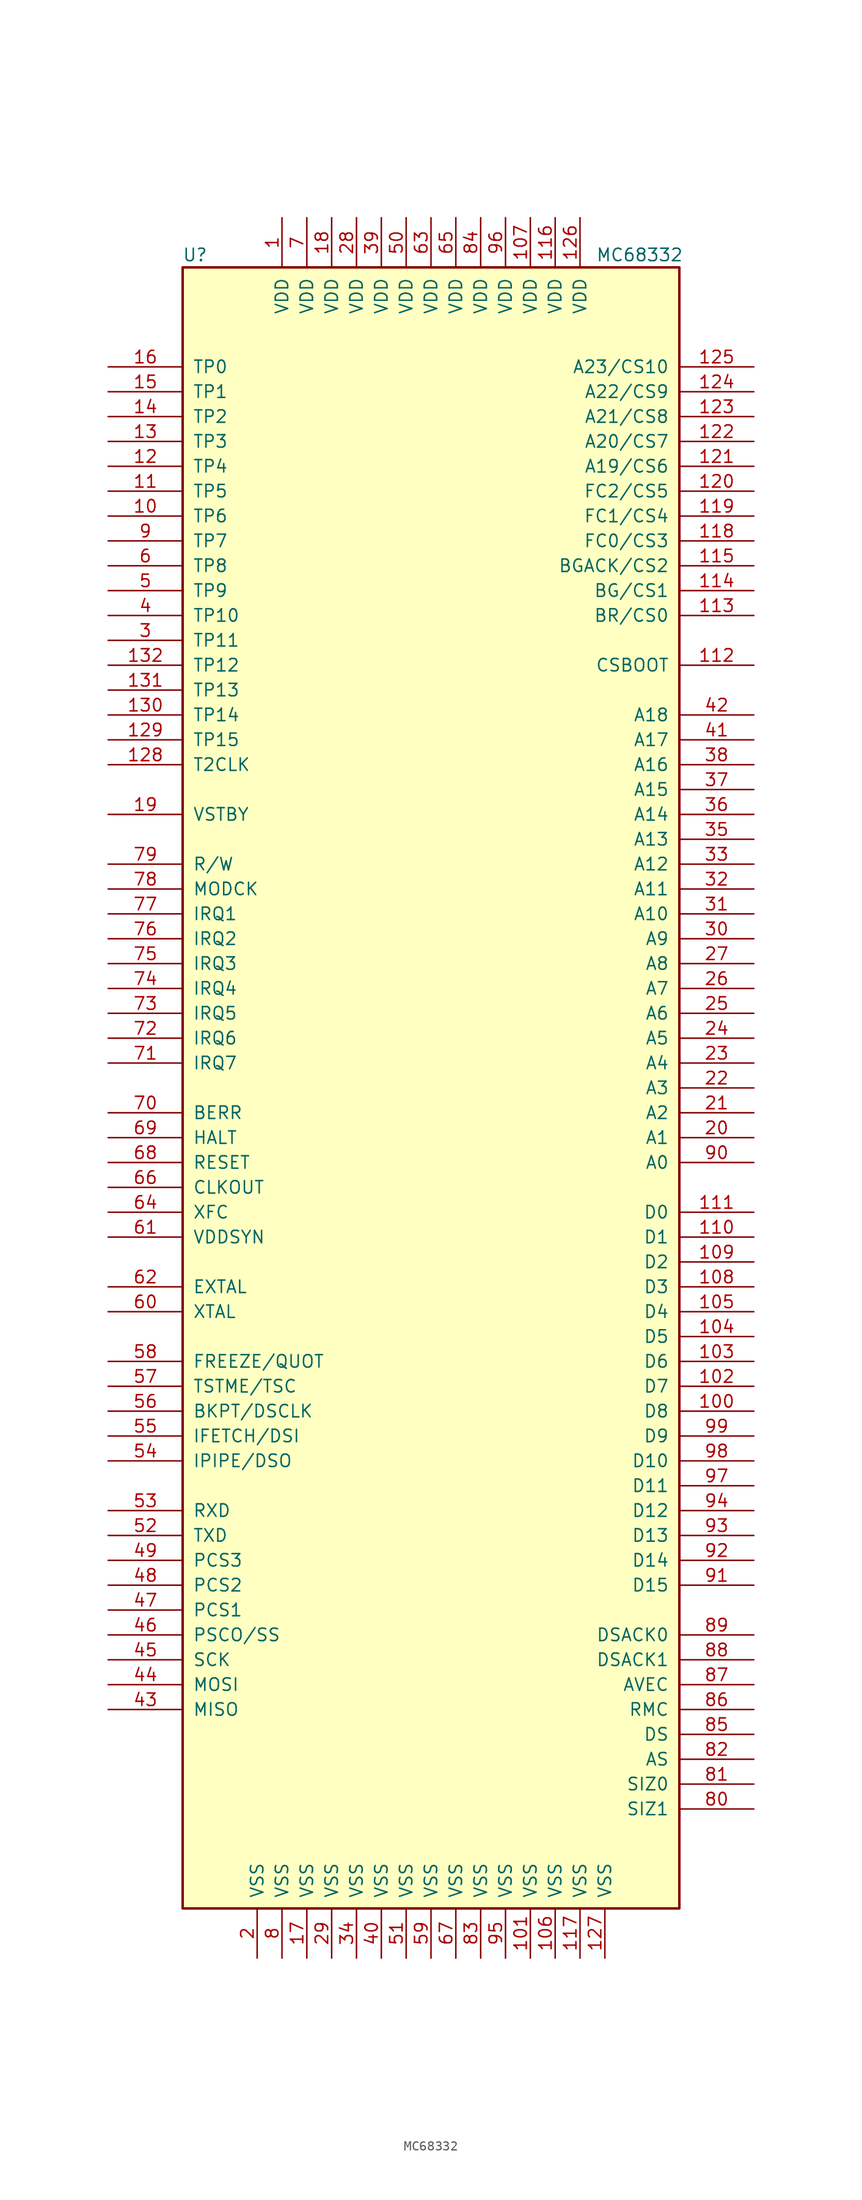
<source format=kicad_sym>
(kicad_symbol_lib
  (version 20211014)
  (generator kicad_symbol_editor)
  (symbol "MC68332"
    (pin_names
      (offset 1.016))
    (property "Reference" "U"
      (at -24.13 85.09 0)
      (effects (font (size 1.27 1.27))))
    (property "Value" "MC68332"
      (at 21.336 85.09 0)
      (effects (font (size 1.27 1.27))))
    (symbol "MC68332_0_1"
      (rectangle (start -25.4 -83.82) (end 25.4 83.82) (stroke (width 0.254) (type default) (color 0 0 0 0)) (fill (type background))))
    (symbol "MC68332_1_0"
      (pin power_in line (at -17.78 -88.9 90) (length 5.08) (name "VSS" (effects (font (size 1.27 1.27)))) (number "2" (effects (font (size 1.27 1.27))))))
    (symbol "MC68332_1_1"
      (pin power_in line (at -15.24 88.9 270) (length 5.08) (name "VDD" (effects (font (size 1.27 1.27)))) (number "1" (effects (font (size 1.27 1.27)))))
      (pin input line (at -33.02 58.42 0) (length 7.62) (name "TP6" (effects (font (size 1.27 1.27)))) (number "10" (effects (font (size 1.27 1.27)))))
      (pin input line (at 33.02 -33.02 180) (length 7.62) (name "D8" (effects (font (size 1.27 1.27)))) (number "100" (effects (font (size 1.27 1.27)))))
      (pin power_in line (at 10.16 -88.9 90) (length 5.08) (name "VSS" (effects (font (size 1.27 1.27)))) (number "101" (effects (font (size 1.27 1.27)))))
      (pin input line (at 33.02 -30.48 180) (length 7.62) (name "D7" (effects (font (size 1.27 1.27)))) (number "102" (effects (font (size 1.27 1.27)))))
      (pin input line (at 33.02 -27.94 180) (length 7.62) (name "D6" (effects (font (size 1.27 1.27)))) (number "103" (effects (font (size 1.27 1.27)))))
      (pin input line (at 33.02 -25.4 180) (length 7.62) (name "D5" (effects (font (size 1.27 1.27)))) (number "104" (effects (font (size 1.27 1.27)))))
      (pin input line (at 33.02 -22.86 180) (length 7.62) (name "D4" (effects (font (size 1.27 1.27)))) (number "105" (effects (font (size 1.27 1.27)))))
      (pin power_in line (at 12.7 -88.9 90) (length 5.08) (name "VSS" (effects (font (size 1.27 1.27)))) (number "106" (effects (font (size 1.27 1.27)))))
      (pin power_in line (at 10.16 88.9 270) (length 5.08) (name "VDD" (effects (font (size 1.27 1.27)))) (number "107" (effects (font (size 1.27 1.27)))))
      (pin input line (at 33.02 -20.32 180) (length 7.62) (name "D3" (effects (font (size 1.27 1.27)))) (number "108" (effects (font (size 1.27 1.27)))))
      (pin input line (at 33.02 -17.78 180) (length 7.62) (name "D2" (effects (font (size 1.27 1.27)))) (number "109" (effects (font (size 1.27 1.27)))))
      (pin input line (at -33.02 60.96 0) (length 7.62) (name "TP5" (effects (font (size 1.27 1.27)))) (number "11" (effects (font (size 1.27 1.27)))))
      (pin input line (at 33.02 -15.24 180) (length 7.62) (name "D1" (effects (font (size 1.27 1.27)))) (number "110" (effects (font (size 1.27 1.27)))))
      (pin input line (at 33.02 -12.7 180) (length 7.62) (name "D0" (effects (font (size 1.27 1.27)))) (number "111" (effects (font (size 1.27 1.27)))))
      (pin output line (at 33.02 43.18 180) (length 7.62) (name "CSBOOT" (effects (font (size 1.27 1.27)))) (number "112" (effects (font (size 1.27 1.27)))))
      (pin input line (at 33.02 48.26 180) (length 7.62) (name "BR/CS0" (effects (font (size 1.27 1.27)))) (number "113" (effects (font (size 1.27 1.27)))))
      (pin output line (at 33.02 50.8 180) (length 7.62) (name "BG/CS1" (effects (font (size 1.27 1.27)))) (number "114" (effects (font (size 1.27 1.27)))))
      (pin input line (at 33.02 53.34 180) (length 7.62) (name "BGACK/CS2" (effects (font (size 1.27 1.27)))) (number "115" (effects (font (size 1.27 1.27)))))
      (pin power_in line (at 12.7 88.9 270) (length 5.08) (name "VDD" (effects (font (size 1.27 1.27)))) (number "116" (effects (font (size 1.27 1.27)))))
      (pin power_in line (at 15.24 -88.9 90) (length 5.08) (name "VSS" (effects (font (size 1.27 1.27)))) (number "117" (effects (font (size 1.27 1.27)))))
      (pin output line (at 33.02 55.88 180) (length 7.62) (name "FC0/CS3" (effects (font (size 1.27 1.27)))) (number "118" (effects (font (size 1.27 1.27)))))
      (pin output line (at 33.02 58.42 180) (length 7.62) (name "FC1/CS4" (effects (font (size 1.27 1.27)))) (number "119" (effects (font (size 1.27 1.27)))))
      (pin input line (at -33.02 63.5 0) (length 7.62) (name "TP4" (effects (font (size 1.27 1.27)))) (number "12" (effects (font (size 1.27 1.27)))))
      (pin output line (at 33.02 60.96 180) (length 7.62) (name "FC2/CS5" (effects (font (size 1.27 1.27)))) (number "120" (effects (font (size 1.27 1.27)))))
      (pin output line (at 33.02 63.5 180) (length 7.62) (name "A19/CS6" (effects (font (size 1.27 1.27)))) (number "121" (effects (font (size 1.27 1.27)))))
      (pin output line (at 33.02 66.04 180) (length 7.62) (name "A20/CS7" (effects (font (size 1.27 1.27)))) (number "122" (effects (font (size 1.27 1.27)))))
      (pin output line (at 33.02 68.58 180) (length 7.62) (name "A21/CS8" (effects (font (size 1.27 1.27)))) (number "123" (effects (font (size 1.27 1.27)))))
      (pin output line (at 33.02 71.12 180) (length 7.62) (name "A22/CS9" (effects (font (size 1.27 1.27)))) (number "124" (effects (font (size 1.27 1.27)))))
      (pin output line (at 33.02 73.66 180) (length 7.62) (name "A23/CS10" (effects (font (size 1.27 1.27)))) (number "125" (effects (font (size 1.27 1.27)))))
      (pin power_in line (at 15.24 88.9 270) (length 5.08) (name "VDD" (effects (font (size 1.27 1.27)))) (number "126" (effects (font (size 1.27 1.27)))))
      (pin power_in line (at 17.78 -88.9 90) (length 5.08) (name "VSS" (effects (font (size 1.27 1.27)))) (number "127" (effects (font (size 1.27 1.27)))))
      (pin input line (at -33.02 33.02 0) (length 7.62) (name "T2CLK" (effects (font (size 1.27 1.27)))) (number "128" (effects (font (size 1.27 1.27)))))
      (pin input line (at -33.02 35.56 0) (length 7.62) (name "TP15" (effects (font (size 1.27 1.27)))) (number "129" (effects (font (size 1.27 1.27)))))
      (pin input line (at -33.02 66.04 0) (length 7.62) (name "TP3" (effects (font (size 1.27 1.27)))) (number "13" (effects (font (size 1.27 1.27)))))
      (pin input line (at -33.02 38.1 0) (length 7.62) (name "TP14" (effects (font (size 1.27 1.27)))) (number "130" (effects (font (size 1.27 1.27)))))
      (pin input line (at -33.02 40.64 0) (length 7.62) (name "TP13" (effects (font (size 1.27 1.27)))) (number "131" (effects (font (size 1.27 1.27)))))
      (pin input line (at -33.02 43.18 0) (length 7.62) (name "TP12" (effects (font (size 1.27 1.27)))) (number "132" (effects (font (size 1.27 1.27)))))
      (pin input line (at -33.02 68.58 0) (length 7.62) (name "TP2" (effects (font (size 1.27 1.27)))) (number "14" (effects (font (size 1.27 1.27)))))
      (pin input line (at -33.02 71.12 0) (length 7.62) (name "TP1" (effects (font (size 1.27 1.27)))) (number "15" (effects (font (size 1.27 1.27)))))
      (pin input line (at -33.02 73.66 0) (length 7.62) (name "TP0" (effects (font (size 1.27 1.27)))) (number "16" (effects (font (size 1.27 1.27)))))
      (pin power_in line (at -12.7 -88.9 90) (length 5.08) (name "VSS" (effects (font (size 1.27 1.27)))) (number "17" (effects (font (size 1.27 1.27)))))
      (pin power_in line (at -10.16 88.9 270) (length 5.08) (name "VDD" (effects (font (size 1.27 1.27)))) (number "18" (effects (font (size 1.27 1.27)))))
      (pin input line (at -33.02 27.94 0) (length 7.62) (name "VSTBY" (effects (font (size 1.27 1.27)))) (number "19" (effects (font (size 1.27 1.27)))))
      (pin output line (at 33.02 -5.08 180) (length 7.62) (name "A1" (effects (font (size 1.27 1.27)))) (number "20" (effects (font (size 1.27 1.27)))))
      (pin output line (at 33.02 -2.54 180) (length 7.62) (name "A2" (effects (font (size 1.27 1.27)))) (number "21" (effects (font (size 1.27 1.27)))))
      (pin output line (at 33.02 0 180) (length 7.62) (name "A3" (effects (font (size 1.27 1.27)))) (number "22" (effects (font (size 1.27 1.27)))))
      (pin output line (at 33.02 2.54 180) (length 7.62) (name "A4" (effects (font (size 1.27 1.27)))) (number "23" (effects (font (size 1.27 1.27)))))
      (pin output line (at 33.02 5.08 180) (length 7.62) (name "A5" (effects (font (size 1.27 1.27)))) (number "24" (effects (font (size 1.27 1.27)))))
      (pin output line (at 33.02 7.62 180) (length 7.62) (name "A6" (effects (font (size 1.27 1.27)))) (number "25" (effects (font (size 1.27 1.27)))))
      (pin output line (at 33.02 10.16 180) (length 7.62) (name "A7" (effects (font (size 1.27 1.27)))) (number "26" (effects (font (size 1.27 1.27)))))
      (pin output line (at 33.02 12.7 180) (length 7.62) (name "A8" (effects (font (size 1.27 1.27)))) (number "27" (effects (font (size 1.27 1.27)))))
      (pin power_in line (at -7.62 88.9 270) (length 5.08) (name "VDD" (effects (font (size 1.27 1.27)))) (number "28" (effects (font (size 1.27 1.27)))))
      (pin power_in line (at -10.16 -88.9 90) (length 5.08) (name "VSS" (effects (font (size 1.27 1.27)))) (number "29" (effects (font (size 1.27 1.27)))))
      (pin input line (at -33.02 45.72 0) (length 7.62) (name "TP11" (effects (font (size 1.27 1.27)))) (number "3" (effects (font (size 1.27 1.27)))))
      (pin output line (at 33.02 15.24 180) (length 7.62) (name "A9" (effects (font (size 1.27 1.27)))) (number "30" (effects (font (size 1.27 1.27)))))
      (pin output line (at 33.02 17.78 180) (length 7.62) (name "A10" (effects (font (size 1.27 1.27)))) (number "31" (effects (font (size 1.27 1.27)))))
      (pin output line (at 33.02 20.32 180) (length 7.62) (name "A11" (effects (font (size 1.27 1.27)))) (number "32" (effects (font (size 1.27 1.27)))))
      (pin output line (at 33.02 22.86 180) (length 7.62) (name "A12" (effects (font (size 1.27 1.27)))) (number "33" (effects (font (size 1.27 1.27)))))
      (pin power_in line (at -7.62 -88.9 90) (length 5.08) (name "VSS" (effects (font (size 1.27 1.27)))) (number "34" (effects (font (size 1.27 1.27)))))
      (pin output line (at 33.02 25.4 180) (length 7.62) (name "A13" (effects (font (size 1.27 1.27)))) (number "35" (effects (font (size 1.27 1.27)))))
      (pin output line (at 33.02 27.94 180) (length 7.62) (name "A14" (effects (font (size 1.27 1.27)))) (number "36" (effects (font (size 1.27 1.27)))))
      (pin output line (at 33.02 30.48 180) (length 7.62) (name "A15" (effects (font (size 1.27 1.27)))) (number "37" (effects (font (size 1.27 1.27)))))
      (pin output line (at 33.02 33.02 180) (length 7.62) (name "A16" (effects (font (size 1.27 1.27)))) (number "38" (effects (font (size 1.27 1.27)))))
      (pin power_in line (at -5.08 88.9 270) (length 5.08) (name "VDD" (effects (font (size 1.27 1.27)))) (number "39" (effects (font (size 1.27 1.27)))))
      (pin input line (at -33.02 48.26 0) (length 7.62) (name "TP10" (effects (font (size 1.27 1.27)))) (number "4" (effects (font (size 1.27 1.27)))))
      (pin power_in line (at -5.08 -88.9 90) (length 5.08) (name "VSS" (effects (font (size 1.27 1.27)))) (number "40" (effects (font (size 1.27 1.27)))))
      (pin output line (at 33.02 35.56 180) (length 7.62) (name "A17" (effects (font (size 1.27 1.27)))) (number "41" (effects (font (size 1.27 1.27)))))
      (pin output line (at 33.02 38.1 180) (length 7.62) (name "A18" (effects (font (size 1.27 1.27)))) (number "42" (effects (font (size 1.27 1.27)))))
      (pin input line (at -33.02 -63.5 0) (length 7.62) (name "MISO" (effects (font (size 1.27 1.27)))) (number "43" (effects (font (size 1.27 1.27)))))
      (pin input line (at -33.02 -60.96 0) (length 7.62) (name "MOSI" (effects (font (size 1.27 1.27)))) (number "44" (effects (font (size 1.27 1.27)))))
      (pin input line (at -33.02 -58.42 0) (length 7.62) (name "SCK" (effects (font (size 1.27 1.27)))) (number "45" (effects (font (size 1.27 1.27)))))
      (pin input line (at -33.02 -55.88 0) (length 7.62) (name "PSCO/SS" (effects (font (size 1.27 1.27)))) (number "46" (effects (font (size 1.27 1.27)))))
      (pin input line (at -33.02 -53.34 0) (length 7.62) (name "PCS1" (effects (font (size 1.27 1.27)))) (number "47" (effects (font (size 1.27 1.27)))))
      (pin input line (at -33.02 -50.8 0) (length 7.62) (name "PCS2" (effects (font (size 1.27 1.27)))) (number "48" (effects (font (size 1.27 1.27)))))
      (pin input line (at -33.02 -48.26 0) (length 7.62) (name "PCS3" (effects (font (size 1.27 1.27)))) (number "49" (effects (font (size 1.27 1.27)))))
      (pin input line (at -33.02 50.8 0) (length 7.62) (name "TP9" (effects (font (size 1.27 1.27)))) (number "5" (effects (font (size 1.27 1.27)))))
      (pin power_in line (at -2.54 88.9 270) (length 5.08) (name "VDD" (effects (font (size 1.27 1.27)))) (number "50" (effects (font (size 1.27 1.27)))))
      (pin power_in line (at -2.54 -88.9 90) (length 5.08) (name "VSS" (effects (font (size 1.27 1.27)))) (number "51" (effects (font (size 1.27 1.27)))))
      (pin input line (at -33.02 -45.72 0) (length 7.62) (name "TXD" (effects (font (size 1.27 1.27)))) (number "52" (effects (font (size 1.27 1.27)))))
      (pin input line (at -33.02 -43.18 0) (length 7.62) (name "RXD" (effects (font (size 1.27 1.27)))) (number "53" (effects (font (size 1.27 1.27)))))
      (pin output line (at -33.02 -38.1 0) (length 7.62) (name "IPIPE/DSO" (effects (font (size 1.27 1.27)))) (number "54" (effects (font (size 1.27 1.27)))))
      (pin input line (at -33.02 -35.56 0) (length 7.62) (name "IFETCH/DSI" (effects (font (size 1.27 1.27)))) (number "55" (effects (font (size 1.27 1.27)))))
      (pin input line (at -33.02 -33.02 0) (length 7.62) (name "BKPT/DSCLK" (effects (font (size 1.27 1.27)))) (number "56" (effects (font (size 1.27 1.27)))))
      (pin input line (at -33.02 -30.48 0) (length 7.62) (name "TSTME/TSC" (effects (font (size 1.27 1.27)))) (number "57" (effects (font (size 1.27 1.27)))))
      (pin output line (at -33.02 -27.94 0) (length 7.62) (name "FREEZE/QUOT" (effects (font (size 1.27 1.27)))) (number "58" (effects (font (size 1.27 1.27)))))
      (pin power_in line (at 0 -88.9 90) (length 5.08) (name "VSS" (effects (font (size 1.27 1.27)))) (number "59" (effects (font (size 1.27 1.27)))))
      (pin input line (at -33.02 53.34 0) (length 7.62) (name "TP8" (effects (font (size 1.27 1.27)))) (number "6" (effects (font (size 1.27 1.27)))))
      (pin output line (at -33.02 -22.86 0) (length 7.62) (name "XTAL" (effects (font (size 1.27 1.27)))) (number "60" (effects (font (size 1.27 1.27)))))
      (pin input line (at -33.02 -15.24 0) (length 7.62) (name "VDDSYN" (effects (font (size 1.27 1.27)))) (number "61" (effects (font (size 1.27 1.27)))))
      (pin input line (at -33.02 -20.32 0) (length 7.62) (name "EXTAL" (effects (font (size 1.27 1.27)))) (number "62" (effects (font (size 1.27 1.27)))))
      (pin power_in line (at 0 88.9 270) (length 5.08) (name "VDD" (effects (font (size 1.27 1.27)))) (number "63" (effects (font (size 1.27 1.27)))))
      (pin input line (at -33.02 -12.7 0) (length 7.62) (name "XFC" (effects (font (size 1.27 1.27)))) (number "64" (effects (font (size 1.27 1.27)))))
      (pin power_in line (at 2.54 88.9 270) (length 5.08) (name "VDD" (effects (font (size 1.27 1.27)))) (number "65" (effects (font (size 1.27 1.27)))))
      (pin output line (at -33.02 -10.16 0) (length 7.62) (name "CLKOUT" (effects (font (size 1.27 1.27)))) (number "66" (effects (font (size 1.27 1.27)))))
      (pin power_in line (at 2.54 -88.9 90) (length 5.08) (name "VSS" (effects (font (size 1.27 1.27)))) (number "67" (effects (font (size 1.27 1.27)))))
      (pin input line (at -33.02 -7.62 0) (length 7.62) (name "RESET" (effects (font (size 1.27 1.27)))) (number "68" (effects (font (size 1.27 1.27)))))
      (pin input line (at -33.02 -5.08 0) (length 7.62) (name "HALT" (effects (font (size 1.27 1.27)))) (number "69" (effects (font (size 1.27 1.27)))))
      (pin power_in line (at -12.7 88.9 270) (length 5.08) (name "VDD" (effects (font (size 1.27 1.27)))) (number "7" (effects (font (size 1.27 1.27)))))
      (pin input line (at -33.02 -2.54 0) (length 7.62) (name "BERR" (effects (font (size 1.27 1.27)))) (number "70" (effects (font (size 1.27 1.27)))))
      (pin input line (at -33.02 2.54 0) (length 7.62) (name "IRQ7" (effects (font (size 1.27 1.27)))) (number "71" (effects (font (size 1.27 1.27)))))
      (pin input line (at -33.02 5.08 0) (length 7.62) (name "IRQ6" (effects (font (size 1.27 1.27)))) (number "72" (effects (font (size 1.27 1.27)))))
      (pin input line (at -33.02 7.62 0) (length 7.62) (name "IRQ5" (effects (font (size 1.27 1.27)))) (number "73" (effects (font (size 1.27 1.27)))))
      (pin input line (at -33.02 10.16 0) (length 7.62) (name "IRQ4" (effects (font (size 1.27 1.27)))) (number "74" (effects (font (size 1.27 1.27)))))
      (pin input line (at -33.02 12.7 0) (length 7.62) (name "IRQ3" (effects (font (size 1.27 1.27)))) (number "75" (effects (font (size 1.27 1.27)))))
      (pin input line (at -33.02 15.24 0) (length 7.62) (name "IRQ2" (effects (font (size 1.27 1.27)))) (number "76" (effects (font (size 1.27 1.27)))))
      (pin input line (at -33.02 17.78 0) (length 7.62) (name "IRQ1" (effects (font (size 1.27 1.27)))) (number "77" (effects (font (size 1.27 1.27)))))
      (pin input line (at -33.02 20.32 0) (length 7.62) (name "MODCK" (effects (font (size 1.27 1.27)))) (number "78" (effects (font (size 1.27 1.27)))))
      (pin input line (at -33.02 22.86 0) (length 7.62) (name "R/W" (effects (font (size 1.27 1.27)))) (number "79" (effects (font (size 1.27 1.27)))))
      (pin power_in line (at -15.24 -88.9 90) (length 5.08) (name "VSS" (effects (font (size 1.27 1.27)))) (number "8" (effects (font (size 1.27 1.27)))))
      (pin input line (at 33.02 -73.66 180) (length 7.62) (name "SIZ1" (effects (font (size 1.27 1.27)))) (number "80" (effects (font (size 1.27 1.27)))))
      (pin input line (at 33.02 -71.12 180) (length 7.62) (name "SIZ0" (effects (font (size 1.27 1.27)))) (number "81" (effects (font (size 1.27 1.27)))))
      (pin input line (at 33.02 -68.58 180) (length 7.62) (name "AS" (effects (font (size 1.27 1.27)))) (number "82" (effects (font (size 1.27 1.27)))))
      (pin power_in line (at 5.08 -88.9 90) (length 5.08) (name "VSS" (effects (font (size 1.27 1.27)))) (number "83" (effects (font (size 1.27 1.27)))))
      (pin power_in line (at 5.08 88.9 270) (length 5.08) (name "VDD" (effects (font (size 1.27 1.27)))) (number "84" (effects (font (size 1.27 1.27)))))
      (pin input line (at 33.02 -66.04 180) (length 7.62) (name "DS" (effects (font (size 1.27 1.27)))) (number "85" (effects (font (size 1.27 1.27)))))
      (pin input line (at 33.02 -63.5 180) (length 7.62) (name "RMC" (effects (font (size 1.27 1.27)))) (number "86" (effects (font (size 1.27 1.27)))))
      (pin input line (at 33.02 -60.96 180) (length 7.62) (name "AVEC" (effects (font (size 1.27 1.27)))) (number "87" (effects (font (size 1.27 1.27)))))
      (pin input line (at 33.02 -58.42 180) (length 7.62) (name "DSACK1" (effects (font (size 1.27 1.27)))) (number "88" (effects (font (size 1.27 1.27)))))
      (pin input line (at 33.02 -55.88 180) (length 7.62) (name "DSACK0" (effects (font (size 1.27 1.27)))) (number "89" (effects (font (size 1.27 1.27)))))
      (pin input line (at -33.02 55.88 0) (length 7.62) (name "TP7" (effects (font (size 1.27 1.27)))) (number "9" (effects (font (size 1.27 1.27)))))
      (pin output line (at 33.02 -7.62 180) (length 7.62) (name "A0" (effects (font (size 1.27 1.27)))) (number "90" (effects (font (size 1.27 1.27)))))
      (pin input line (at 33.02 -50.8 180) (length 7.62) (name "D15" (effects (font (size 1.27 1.27)))) (number "91" (effects (font (size 1.27 1.27)))))
      (pin input line (at 33.02 -48.26 180) (length 7.62) (name "D14" (effects (font (size 1.27 1.27)))) (number "92" (effects (font (size 1.27 1.27)))))
      (pin input line (at 33.02 -45.72 180) (length 7.62) (name "D13" (effects (font (size 1.27 1.27)))) (number "93" (effects (font (size 1.27 1.27)))))
      (pin input line (at 33.02 -43.18 180) (length 7.62) (name "D12" (effects (font (size 1.27 1.27)))) (number "94" (effects (font (size 1.27 1.27)))))
      (pin power_in line (at 7.62 -88.9 90) (length 5.08) (name "VSS" (effects (font (size 1.27 1.27)))) (number "95" (effects (font (size 1.27 1.27)))))
      (pin power_in line (at 7.62 88.9 270) (length 5.08) (name "VDD" (effects (font (size 1.27 1.27)))) (number "96" (effects (font (size 1.27 1.27)))))
      (pin input line (at 33.02 -40.64 180) (length 7.62) (name "D11" (effects (font (size 1.27 1.27)))) (number "97" (effects (font (size 1.27 1.27)))))
      (pin input line (at 33.02 -38.1 180) (length 7.62) (name "D10" (effects (font (size 1.27 1.27)))) (number "98" (effects (font (size 1.27 1.27)))))
      (pin input line (at 33.02 -35.56 180) (length 7.62) (name "D9" (effects (font (size 1.27 1.27)))) (number "99" (effects (font (size 1.27 1.27))))))))
</source>
